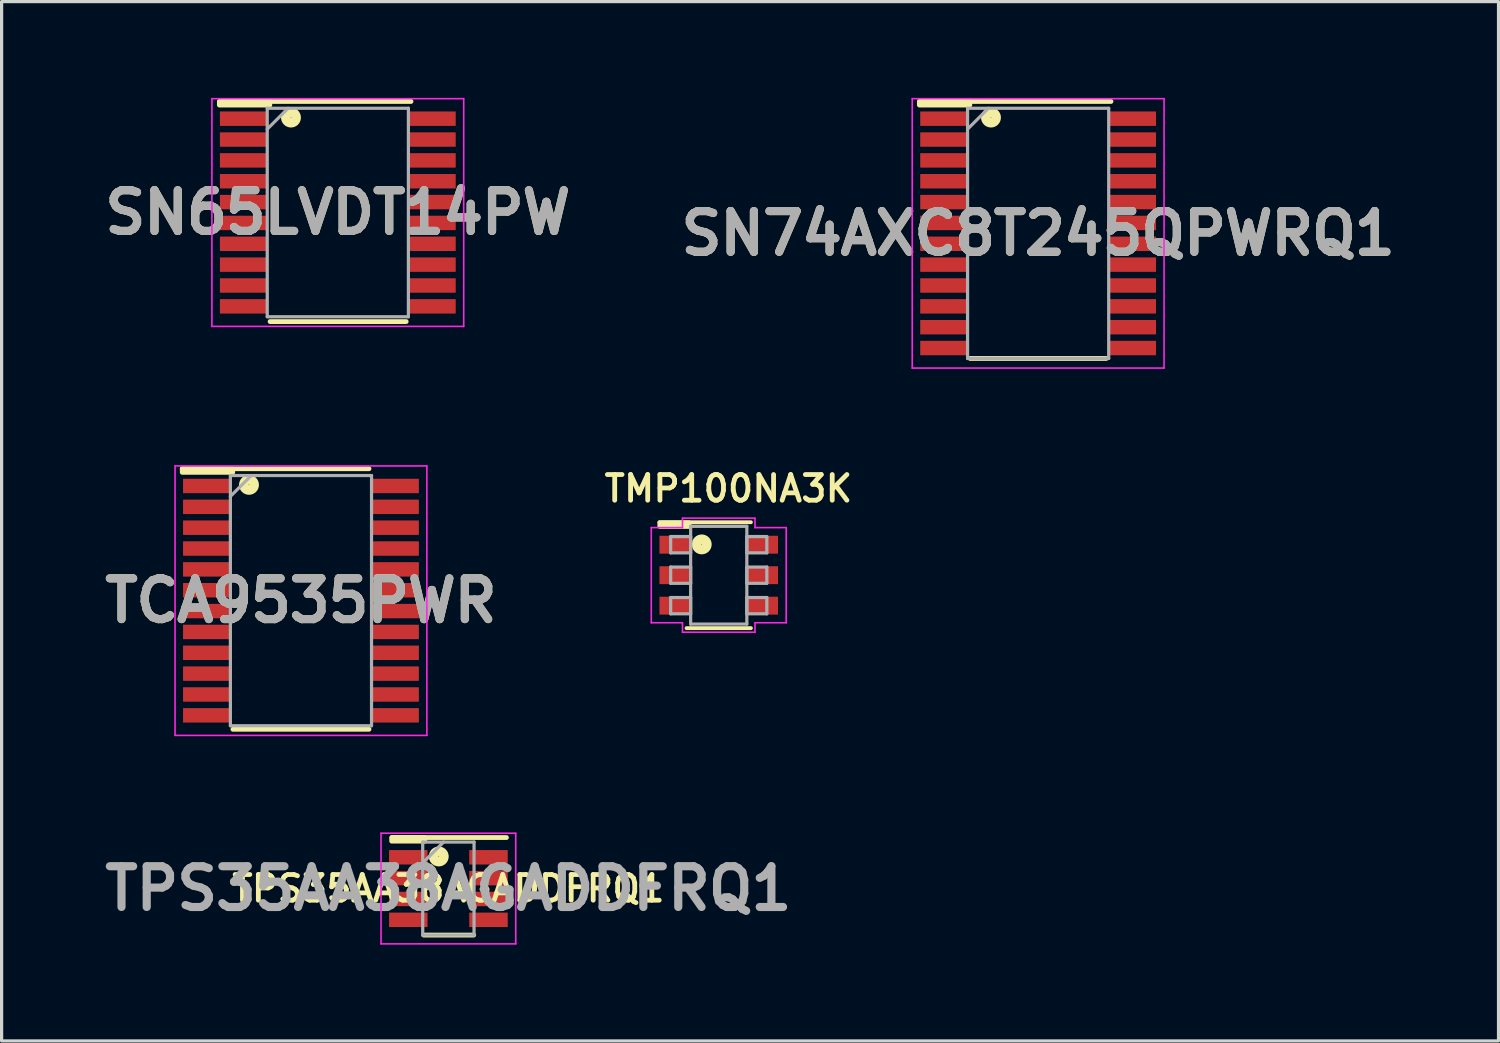
<source format=kicad_pcb>
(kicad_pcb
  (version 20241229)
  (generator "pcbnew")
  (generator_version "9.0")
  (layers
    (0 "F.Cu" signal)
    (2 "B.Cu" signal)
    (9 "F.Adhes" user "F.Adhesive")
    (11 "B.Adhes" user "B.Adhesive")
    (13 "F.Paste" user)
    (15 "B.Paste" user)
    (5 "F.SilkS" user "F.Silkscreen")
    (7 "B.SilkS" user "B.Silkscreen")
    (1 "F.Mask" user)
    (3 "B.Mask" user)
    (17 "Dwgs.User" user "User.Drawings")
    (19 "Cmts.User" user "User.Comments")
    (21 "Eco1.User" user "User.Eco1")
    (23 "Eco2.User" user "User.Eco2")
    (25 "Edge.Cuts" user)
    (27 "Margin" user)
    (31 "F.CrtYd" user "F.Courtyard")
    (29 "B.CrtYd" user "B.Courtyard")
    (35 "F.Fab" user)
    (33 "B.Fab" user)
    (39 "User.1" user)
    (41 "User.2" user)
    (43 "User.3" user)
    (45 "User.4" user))
  (footprint "TPS35AA38AGADDFRQ1"
    (layer "F.Cu")
    (at 10.928 24.65)
    (property "Reference" "TPS35AA38AGADDFRQ1" (at 0 0 0) (layer "F.SilkS") (effects (font (size 0.8 0.8) (thickness 0.15) (bold yes))))
    (attr smd)
    (fp_line (start -0.77 1.45) (end 0.79 1.45) (stroke (width 0.15) (type solid)) (layer "F.SilkS"))
    (fp_line (start 1.81 -1.59) (end -1.755 -1.59) (stroke (width 0.15) (type solid)) (layer "F.SilkS"))
    (fp_rect (start -1.767 -1.59) (end -0.735 -1.478) (stroke (width 0.15) (type solid)) (fill yes) (layer "F.SilkS"))
    (fp_circle (center -0.3 -1) (end -0.31 -1) (stroke (width 0.3) (type solid)) (fill no) (layer "F.SilkS"))
    (fp_line (start -2.1 -1.725) (end 2.1 -1.725) (stroke (width 0.05) (type solid)) (layer "F.CrtYd"))
    (fp_line (start -2.1 1.725) (end -2.1 -1.725) (stroke (width 0.05) (type solid)) (layer "F.CrtYd"))
    (fp_line (start 2.1 -1.725) (end 2.1 1.725) (stroke (width 0.05) (type solid)) (layer "F.CrtYd"))
    (fp_line (start 2.1 1.725) (end -2.1 1.725) (stroke (width 0.05) (type solid)) (layer "F.CrtYd"))
    (fp_line (start -0.8 -1.45) (end 0.8 -1.45) (stroke (width 0.1) (type solid)) (layer "F.Fab"))
    (fp_line (start -0.8 -0.8) (end -0.15 -1.45) (stroke (width 0.1) (type solid)) (layer "F.Fab"))
    (fp_line (start -0.8 1.45) (end -0.8 -1.45) (stroke (width 0.1) (type solid)) (layer "F.Fab"))
    (fp_line (start 0.8 -1.45) (end 0.8 1.45) (stroke (width 0.1) (type solid)) (layer "F.Fab"))
    (fp_line (start 0.8 1.45) (end -0.8 1.45) (stroke (width 0.1) (type solid)) (layer "F.Fab"))
    (fp_text user "${REFERENCE}" (at 0 0 0) (layer "F.Fab") (effects (font (size 1.27 1.27) (thickness 0.254))))
    (pad "1" smd rect (at -1.25 -0.975 90) (size 0.45 1.2) (layers "F.Cu" "F.Mask" "F.Paste"))
    (pad "2" smd rect (at -1.25 -0.325 90) (size 0.45 1.2) (layers "F.Cu" "F.Mask" "F.Paste"))
    (pad "3" smd rect (at -1.25 0.325 90) (size 0.45 1.2) (layers "F.Cu" "F.Mask" "F.Paste"))
    (pad "4" smd rect (at -1.25 0.975 90) (size 0.45 1.2) (layers "F.Cu" "F.Mask" "F.Paste"))
    (pad "5" smd rect (at 1.25 0.975 90) (size 0.45 1.2) (layers "F.Cu" "F.Mask" "F.Paste"))
    (pad "6" smd rect (at 1.25 0.325 90) (size 0.45 1.2) (layers "F.Cu" "F.Mask" "F.Paste"))
    (pad "7" smd rect (at 1.25 -0.325 90) (size 0.45 1.2) (layers "F.Cu" "F.Mask" "F.Paste"))
    (pad "8" smd rect (at 1.25 -0.975 90) (size 0.45 1.2) (layers "F.Cu" "F.Mask" "F.Paste")))
  (footprint "SN65LVDT14PW"
    (layer "F.Cu")
    (at 7.481 3.575)
    (property "Reference" "SN65LVDT14PW" (at 0 0 0) (layer "F.SilkS") (effects (font (size 1.27 1.27) (thickness 0.254))))
    (attr smd)
    (fp_line (start -2.111 3.4) (end 2.131 3.4) (stroke (width 0.15) (type solid)) (layer "F.SilkS"))
    (fp_line (start 2.281 -3.462) (end -3.68 -3.462) (stroke (width 0.15) (type solid)) (layer "F.SilkS"))
    (fp_rect (start -3.692 -3.462) (end -2.12 -3.35) (stroke (width 0.15) (type solid)) (fill yes) (layer "F.SilkS"))
    (fp_circle (center -1.46 -2.96) (end -1.47 -2.96) (stroke (width 0.3) (type solid)) (fill no) (layer "F.SilkS"))
    (fp_line (start -3.925 -3.55) (end 3.925 -3.55) (stroke (width 0.05) (type solid)) (layer "F.CrtYd"))
    (fp_line (start -3.925 3.55) (end -3.925 -3.55) (stroke (width 0.05) (type solid)) (layer "F.CrtYd"))
    (fp_line (start 3.925 -3.55) (end 3.925 3.55) (stroke (width 0.05) (type solid)) (layer "F.CrtYd"))
    (fp_line (start 3.925 3.55) (end -3.925 3.55) (stroke (width 0.05) (type solid)) (layer "F.CrtYd"))
    (fp_line (start -2.2 -3.25) (end 2.2 -3.25) (stroke (width 0.1) (type solid)) (layer "F.Fab"))
    (fp_line (start -2.2 -2.6) (end -1.55 -3.25) (stroke (width 0.1) (type solid)) (layer "F.Fab"))
    (fp_line (start -2.2 3.25) (end -2.2 -3.25) (stroke (width 0.1) (type solid)) (layer "F.Fab"))
    (fp_line (start 2.2 -3.25) (end 2.2 3.25) (stroke (width 0.1) (type solid)) (layer "F.Fab"))
    (fp_line (start 2.2 3.25) (end -2.2 3.25) (stroke (width 0.1) (type solid)) (layer "F.Fab"))
    (fp_text user "${REFERENCE}" (at 0 0 0) (layer "F.Fab") (effects (font (size 1.27 1.27) (thickness 0.254))))
    (pad "1" smd rect (at -2.938 -2.925 90) (size 0.45 1.475) (layers "F.Cu" "F.Mask" "F.Paste"))
    (pad "2" smd rect (at -2.938 -2.275 90) (size 0.45 1.475) (layers "F.Cu" "F.Mask" "F.Paste"))
    (pad "3" smd rect (at -2.938 -1.625 90) (size 0.45 1.475) (layers "F.Cu" "F.Mask" "F.Paste"))
    (pad "4" smd rect (at -2.938 -0.975 90) (size 0.45 1.475) (layers "F.Cu" "F.Mask" "F.Paste"))
    (pad "5" smd rect (at -2.938 -0.325 90) (size 0.45 1.475) (layers "F.Cu" "F.Mask" "F.Paste"))
    (pad "6" smd rect (at -2.938 0.325 90) (size 0.45 1.475) (layers "F.Cu" "F.Mask" "F.Paste"))
    (pad "7" smd rect (at -2.938 0.975 90) (size 0.45 1.475) (layers "F.Cu" "F.Mask" "F.Paste"))
    (pad "8" smd rect (at -2.938 1.625 90) (size 0.45 1.475) (layers "F.Cu" "F.Mask" "F.Paste"))
    (pad "9" smd rect (at -2.938 2.275 90) (size 0.45 1.475) (layers "F.Cu" "F.Mask" "F.Paste"))
    (pad "10" smd rect (at -2.938 2.925 90) (size 0.45 1.475) (layers "F.Cu" "F.Mask" "F.Paste"))
    (pad "11" smd rect (at 2.938 2.925 90) (size 0.45 1.475) (layers "F.Cu" "F.Mask" "F.Paste"))
    (pad "12" smd rect (at 2.938 2.275 90) (size 0.45 1.475) (layers "F.Cu" "F.Mask" "F.Paste"))
    (pad "13" smd rect (at 2.938 1.625 90) (size 0.45 1.475) (layers "F.Cu" "F.Mask" "F.Paste"))
    (pad "14" smd rect (at 2.938 0.975 90) (size 0.45 1.475) (layers "F.Cu" "F.Mask" "F.Paste"))
    (pad "15" smd rect (at 2.938 0.325 90) (size 0.45 1.475) (layers "F.Cu" "F.Mask" "F.Paste"))
    (pad "16" smd rect (at 2.938 -0.325 90) (size 0.45 1.475) (layers "F.Cu" "F.Mask" "F.Paste"))
    (pad "17" smd rect (at 2.938 -0.975 90) (size 0.45 1.475) (layers "F.Cu" "F.Mask" "F.Paste"))
    (pad "18" smd rect (at 2.938 -1.625 90) (size 0.45 1.475) (layers "F.Cu" "F.Mask" "F.Paste"))
    (pad "19" smd rect (at 2.938 -2.275 90) (size 0.45 1.475) (layers "F.Cu" "F.Mask" "F.Paste"))
    (pad "20" smd rect (at 2.938 -2.925 90) (size 0.45 1.475) (layers "F.Cu" "F.Mask" "F.Paste")))
  (footprint "TCA9535PWR"
    (layer "F.Cu")
    (at 6.332 15.675)
    (property "Reference" "TCA9535PWR" (at 0 0 0) (layer "F.SilkS") (effects (font (size 1.27 1.27) (thickness 0.254))))
    (attr smd)
    (fp_line (start -2.121 4.01) (end 2.121 4.01) (stroke (width 0.15) (type solid)) (layer "F.SilkS"))
    (fp_line (start 2.121 -4.112) (end -3.7 -4.112) (stroke (width 0.15) (type solid)) (layer "F.SilkS"))
    (fp_rect (start -3.7 -4.112) (end -2.128 -4) (stroke (width 0.15) (type solid)) (fill yes) (layer "F.SilkS"))
    (fp_circle (center -1.62 -3.61) (end -1.63 -3.61) (stroke (width 0.3) (type solid)) (fill no) (layer "F.SilkS"))
    (fp_line (start -3.925 -4.2) (end 3.925 -4.2) (stroke (width 0.05) (type solid)) (layer "F.CrtYd"))
    (fp_line (start -3.925 4.2) (end -3.925 -4.2) (stroke (width 0.05) (type solid)) (layer "F.CrtYd"))
    (fp_line (start 3.925 -4.2) (end 3.925 4.2) (stroke (width 0.05) (type solid)) (layer "F.CrtYd"))
    (fp_line (start 3.925 4.2) (end -3.925 4.2) (stroke (width 0.05) (type solid)) (layer "F.CrtYd"))
    (fp_line (start -2.2 -3.9) (end 2.2 -3.9) (stroke (width 0.1) (type solid)) (layer "F.Fab"))
    (fp_line (start -2.2 -3.25) (end -1.55 -3.9) (stroke (width 0.1) (type solid)) (layer "F.Fab"))
    (fp_line (start -2.2 3.9) (end -2.2 -3.9) (stroke (width 0.1) (type solid)) (layer "F.Fab"))
    (fp_line (start 2.2 -3.9) (end 2.2 3.9) (stroke (width 0.1) (type solid)) (layer "F.Fab"))
    (fp_line (start 2.2 3.9) (end -2.2 3.9) (stroke (width 0.1) (type solid)) (layer "F.Fab"))
    (fp_text user "${REFERENCE}" (at 0 0 0) (layer "F.Fab") (effects (font (size 1.27 1.27) (thickness 0.254))))
    (pad "1" smd rect (at -2.938 -3.575 90) (size 0.45 1.475) (layers "F.Cu" "F.Mask" "F.Paste"))
    (pad "2" smd rect (at -2.938 -2.925 90) (size 0.45 1.475) (layers "F.Cu" "F.Mask" "F.Paste"))
    (pad "3" smd rect (at -2.938 -2.275 90) (size 0.45 1.475) (layers "F.Cu" "F.Mask" "F.Paste"))
    (pad "4" smd rect (at -2.938 -1.625 90) (size 0.45 1.475) (layers "F.Cu" "F.Mask" "F.Paste"))
    (pad "5" smd rect (at -2.938 -0.975 90) (size 0.45 1.475) (layers "F.Cu" "F.Mask" "F.Paste"))
    (pad "6" smd rect (at -2.938 -0.325 90) (size 0.45 1.475) (layers "F.Cu" "F.Mask" "F.Paste"))
    (pad "7" smd rect (at -2.938 0.325 90) (size 0.45 1.475) (layers "F.Cu" "F.Mask" "F.Paste"))
    (pad "8" smd rect (at -2.938 0.975 90) (size 0.45 1.475) (layers "F.Cu" "F.Mask" "F.Paste"))
    (pad "9" smd rect (at -2.938 1.625 90) (size 0.45 1.475) (layers "F.Cu" "F.Mask" "F.Paste"))
    (pad "10" smd rect (at -2.938 2.275 90) (size 0.45 1.475) (layers "F.Cu" "F.Mask" "F.Paste"))
    (pad "11" smd rect (at -2.938 2.925 90) (size 0.45 1.475) (layers "F.Cu" "F.Mask" "F.Paste"))
    (pad "12" smd rect (at -2.938 3.575 90) (size 0.45 1.475) (layers "F.Cu" "F.Mask" "F.Paste"))
    (pad "13" smd rect (at 2.938 3.575 90) (size 0.45 1.475) (layers "F.Cu" "F.Mask" "F.Paste"))
    (pad "14" smd rect (at 2.938 2.925 90) (size 0.45 1.475) (layers "F.Cu" "F.Mask" "F.Paste"))
    (pad "15" smd rect (at 2.938 2.275 90) (size 0.45 1.475) (layers "F.Cu" "F.Mask" "F.Paste"))
    (pad "16" smd rect (at 2.938 1.625 90) (size 0.45 1.475) (layers "F.Cu" "F.Mask" "F.Paste"))
    (pad "17" smd rect (at 2.938 0.975 90) (size 0.45 1.475) (layers "F.Cu" "F.Mask" "F.Paste"))
    (pad "18" smd rect (at 2.938 0.325 90) (size 0.45 1.475) (layers "F.Cu" "F.Mask" "F.Paste"))
    (pad "19" smd rect (at 2.938 -0.325 90) (size 0.45 1.475) (layers "F.Cu" "F.Mask" "F.Paste"))
    (pad "20" smd rect (at 2.938 -0.975 90) (size 0.45 1.475) (layers "F.Cu" "F.Mask" "F.Paste"))
    (pad "21" smd rect (at 2.938 -1.625 90) (size 0.45 1.475) (layers "F.Cu" "F.Mask" "F.Paste"))
    (pad "22" smd rect (at 2.938 -2.275 90) (size 0.45 1.475) (layers "F.Cu" "F.Mask" "F.Paste"))
    (pad "23" smd rect (at 2.938 -2.925 90) (size 0.45 1.475) (layers "F.Cu" "F.Mask" "F.Paste"))
    (pad "24" smd rect (at 2.938 -3.575 90) (size 0.45 1.475) (layers "F.Cu" "F.Mask" "F.Paste")))
  (footprint "TMP100NA3K"
    (layer "F.Cu")
    (at 19.356 14.881)
    (property "Reference" "TMP100NA3K" (at 0.3 -2.7 0) (layer "F.SilkS") (effects (font (size 0.8 0.8) (thickness 0.15))))
    (attr smd)
    (fp_line (start -1.003 1.651) (end 1.003 1.651) (stroke (width 0.12) (type solid)) (layer "F.SilkS"))
    (fp_line (start 1.003 -1.651) (end -1.85 -1.651) (stroke (width 0.12) (type solid)) (layer "F.SilkS"))
    (fp_rect (start -1.836 -1.632) (end -0.924 -1.52) (stroke (width 0.15) (type solid)) (fill yes) (layer "F.SilkS"))
    (fp_circle (center -0.53 -0.96) (end -0.54 -0.96) (stroke (width 0.3) (type solid)) (fill no) (layer "F.SilkS"))
    (fp_line (start -2.103 -1.483) (end -1.13 -1.483) (stroke (width 0.05) (type solid)) (layer "F.CrtYd"))
    (fp_line (start -2.103 1.483) (end -2.103 -1.483) (stroke (width 0.05) (type solid)) (layer "F.CrtYd"))
    (fp_line (start -1.13 -1.778) (end 1.13 -1.778) (stroke (width 0.05) (type solid)) (layer "F.CrtYd"))
    (fp_line (start -1.13 -1.483) (end -1.13 -1.778) (stroke (width 0.05) (type solid)) (layer "F.CrtYd"))
    (fp_line (start -1.13 1.483) (end -2.103 1.483) (stroke (width 0.05) (type solid)) (layer "F.CrtYd"))
    (fp_line (start -1.13 1.778) (end -1.13 1.483) (stroke (width 0.05) (type solid)) (layer "F.CrtYd"))
    (fp_line (start -1.13 1.778) (end 1.13 1.778) (stroke (width 0.05) (type solid)) (layer "F.CrtYd"))
    (fp_line (start 1.13 -1.778) (end 1.13 -1.483) (stroke (width 0.05) (type solid)) (layer "F.CrtYd"))
    (fp_line (start 1.13 1.483) (end 1.13 1.778) (stroke (width 0.05) (type solid)) (layer "F.CrtYd"))
    (fp_line (start 2.103 -1.483) (end 1.13 -1.483) (stroke (width 0.05) (type solid)) (layer "F.CrtYd"))
    (fp_line (start 2.103 -1.483) (end 2.103 1.483) (stroke (width 0.05) (type solid)) (layer "F.CrtYd"))
    (fp_line (start 2.103 1.483) (end 1.13 1.483) (stroke (width 0.05) (type solid)) (layer "F.CrtYd"))
    (fp_line (start -1.499 -1.204) (end -1.499 -0.696) (stroke (width 0.1) (type solid)) (layer "F.Fab"))
    (fp_line (start -1.499 -0.696) (end -0.876 -0.696) (stroke (width 0.1) (type solid)) (layer "F.Fab"))
    (fp_line (start -1.499 -0.254) (end -1.499 0.254) (stroke (width 0.1) (type solid)) (layer "F.Fab"))
    (fp_line (start -1.499 0.254) (end -0.876 0.254) (stroke (width 0.1) (type solid)) (layer "F.Fab"))
    (fp_line (start -1.499 0.696) (end -1.499 1.204) (stroke (width 0.1) (type solid)) (layer "F.Fab"))
    (fp_line (start -1.499 1.204) (end -0.876 1.204) (stroke (width 0.1) (type solid)) (layer "F.Fab"))
    (fp_line (start -0.876 -1.524) (end -0.876 1.524) (stroke (width 0.1) (type solid)) (layer "F.Fab"))
    (fp_line (start -0.876 -1.204) (end -1.499 -1.204) (stroke (width 0.1) (type solid)) (layer "F.Fab"))
    (fp_line (start -0.876 -0.696) (end -0.876 -1.204) (stroke (width 0.1) (type solid)) (layer "F.Fab"))
    (fp_line (start -0.876 -0.254) (end -1.499 -0.254) (stroke (width 0.1) (type solid)) (layer "F.Fab"))
    (fp_line (start -0.876 0.254) (end -0.876 -0.254) (stroke (width 0.1) (type solid)) (layer "F.Fab"))
    (fp_line (start -0.876 0.696) (end -1.499 0.696) (stroke (width 0.1) (type solid)) (layer "F.Fab"))
    (fp_line (start -0.876 1.204) (end -0.876 0.696) (stroke (width 0.1) (type solid)) (layer "F.Fab"))
    (fp_line (start -0.876 1.524) (end 0.876 1.524) (stroke (width 0.1) (type solid)) (layer "F.Fab"))
    (fp_line (start 0.876 -1.524) (end -0.876 -1.524) (stroke (width 0.1) (type solid)) (layer "F.Fab"))
    (fp_line (start 0.876 -1.204) (end 0.876 -0.696) (stroke (width 0.1) (type solid)) (layer "F.Fab"))
    (fp_line (start 0.876 -0.696) (end 1.499 -0.696) (stroke (width 0.1) (type solid)) (layer "F.Fab"))
    (fp_line (start 0.876 -0.254) (end 0.876 0.254) (stroke (width 0.1) (type solid)) (layer "F.Fab"))
    (fp_line (start 0.876 0.254) (end 1.499 0.254) (stroke (width 0.1) (type solid)) (layer "F.Fab"))
    (fp_line (start 0.876 0.696) (end 0.876 1.204) (stroke (width 0.1) (type solid)) (layer "F.Fab"))
    (fp_line (start 0.876 1.204) (end 1.499 1.204) (stroke (width 0.1) (type solid)) (layer "F.Fab"))
    (fp_line (start 0.876 1.524) (end 0.876 -1.524) (stroke (width 0.1) (type solid)) (layer "F.Fab"))
    (fp_line (start 1.499 -1.204) (end 0.876 -1.204) (stroke (width 0.1) (type solid)) (layer "F.Fab"))
    (fp_line (start 1.499 -0.696) (end 1.499 -1.204) (stroke (width 0.1) (type solid)) (layer "F.Fab"))
    (fp_line (start 1.499 -0.254) (end 0.876 -0.254) (stroke (width 0.1) (type solid)) (layer "F.Fab"))
    (fp_line (start 1.499 0.254) (end 1.499 -0.254) (stroke (width 0.1) (type solid)) (layer "F.Fab"))
    (fp_line (start 1.499 0.696) (end 0.876 0.696) (stroke (width 0.1) (type solid)) (layer "F.Fab"))
    (fp_line (start 1.499 1.204) (end 1.499 0.696) (stroke (width 0.1) (type solid)) (layer "F.Fab"))
    (pad "1" smd rect (at -1.362 -0.95) (size 0.972 0.558) (layers "F.Cu" "F.Mask" "F.Paste"))
    (pad "2" smd rect (at -1.362 0) (size 0.972 0.558) (layers "F.Cu" "F.Mask" "F.Paste"))
    (pad "3" smd rect (at -1.362 0.95) (size 0.972 0.558) (layers "F.Cu" "F.Mask" "F.Paste"))
    (pad "4" smd rect (at 1.362 0.95) (size 0.972 0.558) (layers "F.Cu" "F.Mask" "F.Paste"))
    (pad "5" smd rect (at 1.362 0) (size 0.972 0.558) (layers "F.Cu" "F.Mask" "F.Paste"))
    (pad "6" smd rect (at 1.362 -0.95) (size 0.972 0.558) (layers "F.Cu" "F.Mask" "F.Paste")))
  (footprint "SN74AXC8T245QPWRQ1"
    (layer "F.Cu")
    (at 29.313 4.225)
    (property "Reference" "SN74AXC8T245QPWRQ1" (at 0 0 0) (layer "F.SilkS") (effects (font (size 1.27 1.27) (thickness 0.254))))
    (attr smd)
    (fp_line (start -2.121 3.9) (end 2.121 3.9) (stroke (width 0.15) (type solid)) (layer "F.SilkS"))
    (fp_line (start 2.271 -4.112) (end -3.69 -4.112) (stroke (width 0.15) (type solid)) (layer "F.SilkS"))
    (fp_rect (start -3.702 -4.112) (end -2.13 -4) (stroke (width 0.15) (type solid)) (fill yes) (layer "F.SilkS"))
    (fp_circle (center -1.47 -3.61) (end -1.48 -3.61) (stroke (width 0.3) (type solid)) (fill no) (layer "F.SilkS"))
    (fp_line (start -3.925 -4.2) (end 3.925 -4.2) (stroke (width 0.05) (type solid)) (layer "F.CrtYd"))
    (fp_line (start -3.925 4.2) (end -3.925 -4.2) (stroke (width 0.05) (type solid)) (layer "F.CrtYd"))
    (fp_line (start 3.925 -4.2) (end 3.925 4.2) (stroke (width 0.05) (type solid)) (layer "F.CrtYd"))
    (fp_line (start 3.925 4.2) (end -3.925 4.2) (stroke (width 0.05) (type solid)) (layer "F.CrtYd"))
    (fp_line (start -2.2 -3.9) (end 2.2 -3.9) (stroke (width 0.1) (type solid)) (layer "F.Fab"))
    (fp_line (start -2.2 -3.25) (end -1.55 -3.9) (stroke (width 0.1) (type solid)) (layer "F.Fab"))
    (fp_line (start -2.2 3.9) (end -2.2 -3.9) (stroke (width 0.1) (type solid)) (layer "F.Fab"))
    (fp_line (start 2.2 -3.9) (end 2.2 3.9) (stroke (width 0.1) (type solid)) (layer "F.Fab"))
    (fp_line (start 2.2 3.9) (end -2.2 3.9) (stroke (width 0.1) (type solid)) (layer "F.Fab"))
    (fp_text user "${REFERENCE}" (at 0 0 0) (layer "F.Fab") (effects (font (size 1.27 1.27) (thickness 0.254))))
    (pad "1" smd rect (at -2.938 -3.575 90) (size 0.45 1.475) (layers "F.Cu" "F.Mask" "F.Paste"))
    (pad "2" smd rect (at -2.938 -2.925 90) (size 0.45 1.475) (layers "F.Cu" "F.Mask" "F.Paste"))
    (pad "3" smd rect (at -2.938 -2.275 90) (size 0.45 1.475) (layers "F.Cu" "F.Mask" "F.Paste"))
    (pad "4" smd rect (at -2.938 -1.625 90) (size 0.45 1.475) (layers "F.Cu" "F.Mask" "F.Paste"))
    (pad "5" smd rect (at -2.938 -0.975 90) (size 0.45 1.475) (layers "F.Cu" "F.Mask" "F.Paste"))
    (pad "6" smd rect (at -2.938 -0.325 90) (size 0.45 1.475) (layers "F.Cu" "F.Mask" "F.Paste"))
    (pad "7" smd rect (at -2.938 0.325 90) (size 0.45 1.475) (layers "F.Cu" "F.Mask" "F.Paste"))
    (pad "8" smd rect (at -2.938 0.975 90) (size 0.45 1.475) (layers "F.Cu" "F.Mask" "F.Paste"))
    (pad "9" smd rect (at -2.938 1.625 90) (size 0.45 1.475) (layers "F.Cu" "F.Mask" "F.Paste"))
    (pad "10" smd rect (at -2.938 2.275 90) (size 0.45 1.475) (layers "F.Cu" "F.Mask" "F.Paste"))
    (pad "11" smd rect (at -2.938 2.925 90) (size 0.45 1.475) (layers "F.Cu" "F.Mask" "F.Paste"))
    (pad "12" smd rect (at -2.938 3.575 90) (size 0.45 1.475) (layers "F.Cu" "F.Mask" "F.Paste"))
    (pad "13" smd rect (at 2.938 3.575 90) (size 0.45 1.475) (layers "F.Cu" "F.Mask" "F.Paste"))
    (pad "14" smd rect (at 2.938 2.925 90) (size 0.45 1.475) (layers "F.Cu" "F.Mask" "F.Paste"))
    (pad "15" smd rect (at 2.938 2.275 90) (size 0.45 1.475) (layers "F.Cu" "F.Mask" "F.Paste"))
    (pad "16" smd rect (at 2.938 1.625 90) (size 0.45 1.475) (layers "F.Cu" "F.Mask" "F.Paste"))
    (pad "17" smd rect (at 2.938 0.975 90) (size 0.45 1.475) (layers "F.Cu" "F.Mask" "F.Paste"))
    (pad "18" smd rect (at 2.938 0.325 90) (size 0.45 1.475) (layers "F.Cu" "F.Mask" "F.Paste"))
    (pad "19" smd rect (at 2.938 -0.325 90) (size 0.45 1.475) (layers "F.Cu" "F.Mask" "F.Paste"))
    (pad "20" smd rect (at 2.938 -0.975 90) (size 0.45 1.475) (layers "F.Cu" "F.Mask" "F.Paste"))
    (pad "21" smd rect (at 2.938 -1.625 90) (size 0.45 1.475) (layers "F.Cu" "F.Mask" "F.Paste"))
    (pad "22" smd rect (at 2.938 -2.275 90) (size 0.45 1.475) (layers "F.Cu" "F.Mask" "F.Paste"))
    (pad "23" smd rect (at 2.938 -2.925 90) (size 0.45 1.475) (layers "F.Cu" "F.Mask" "F.Paste"))
    (pad "24" smd rect (at 2.938 -3.575 90) (size 0.45 1.475) (layers "F.Cu" "F.Mask" "F.Paste")))
  (gr_rect
    (start -3 -3)
    (end 43.665 29.4)
    (stroke (width 0.1) (type default))
    (fill no)
    (layer "Edge.Cuts")))
</source>
